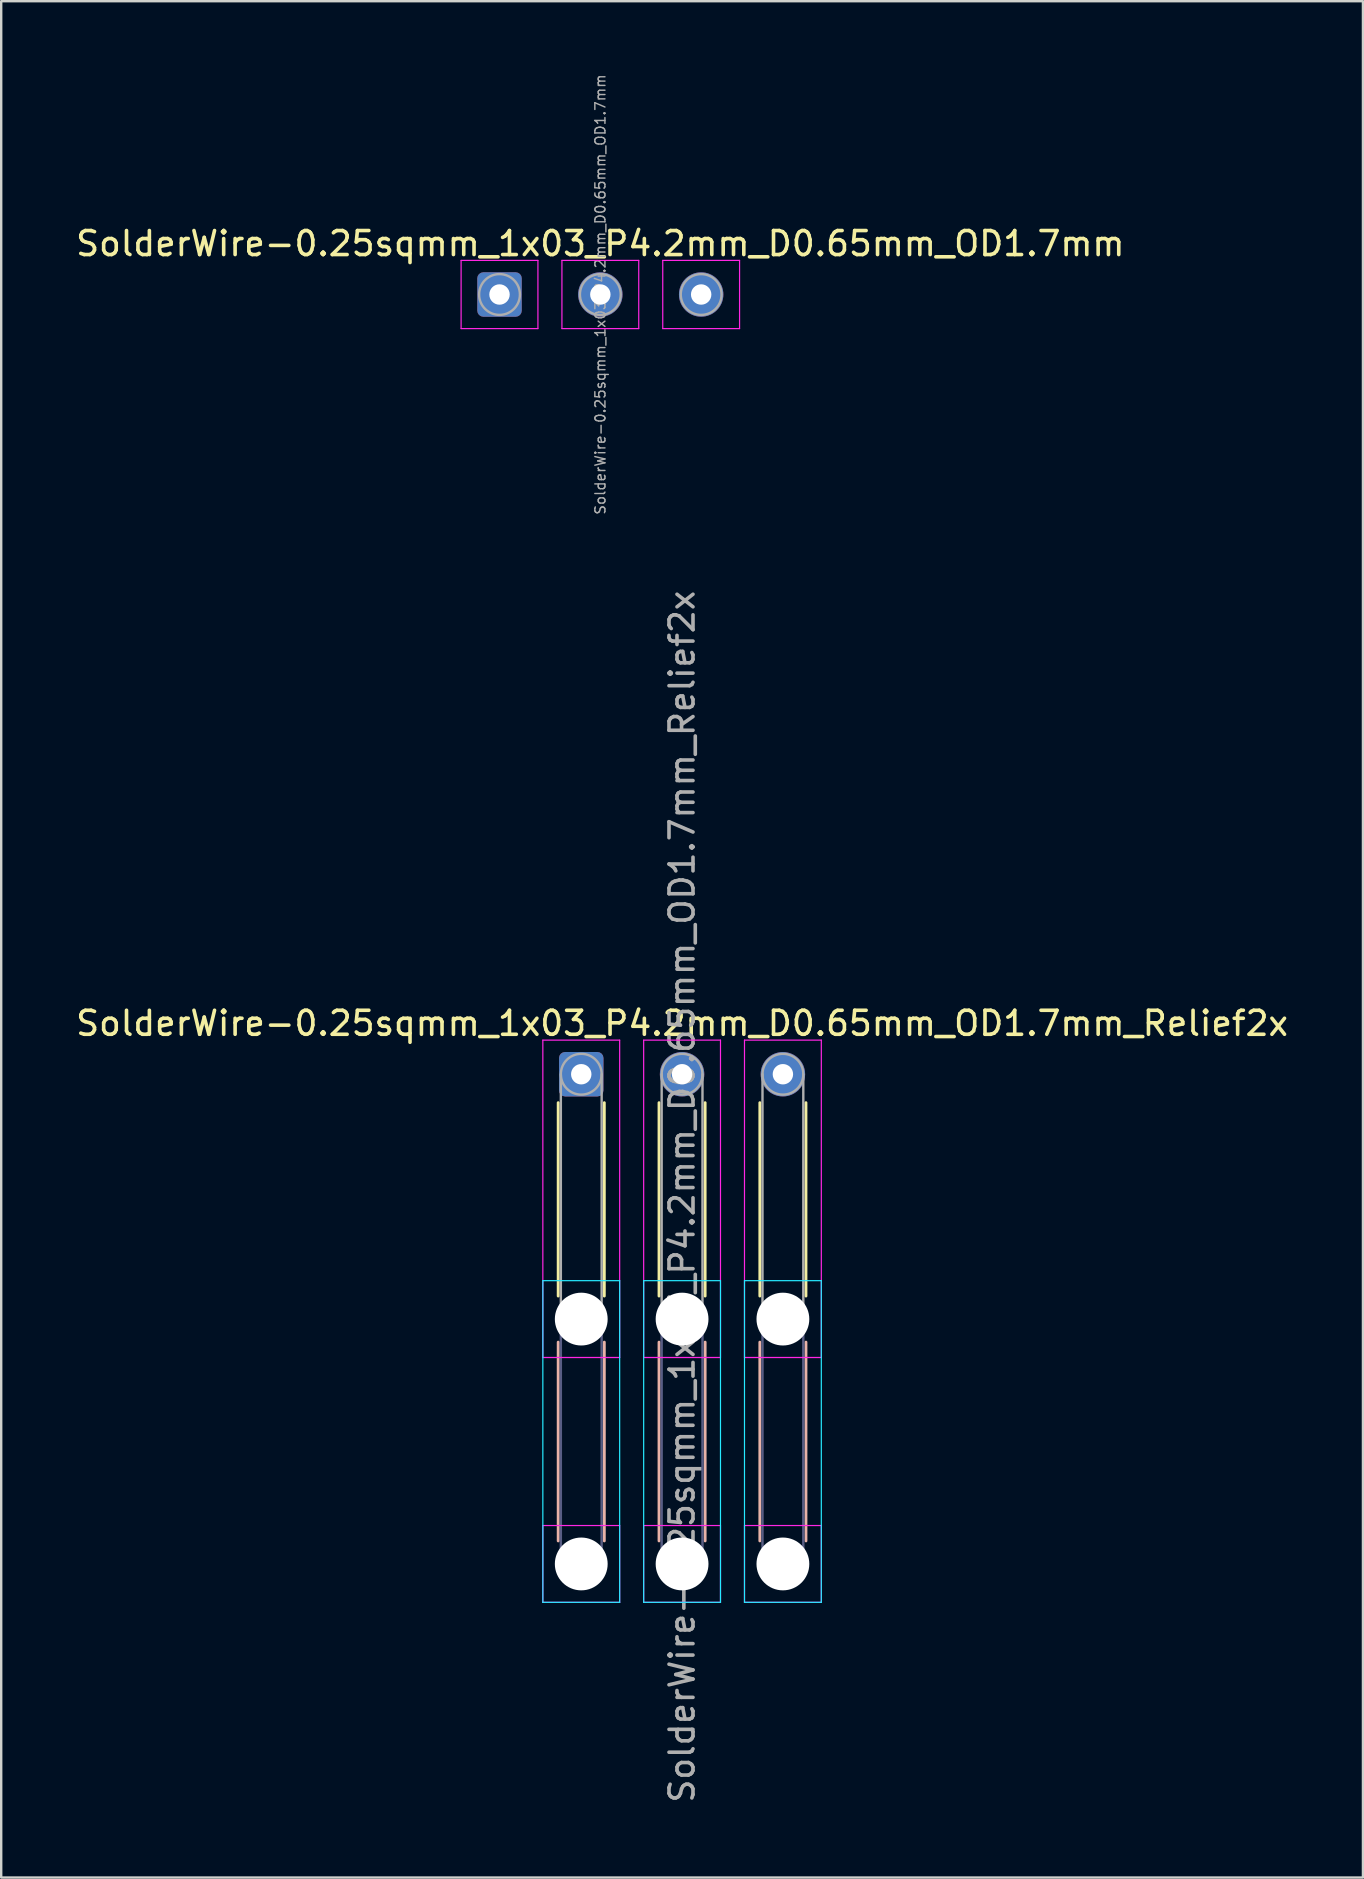
<source format=kicad_pcb>
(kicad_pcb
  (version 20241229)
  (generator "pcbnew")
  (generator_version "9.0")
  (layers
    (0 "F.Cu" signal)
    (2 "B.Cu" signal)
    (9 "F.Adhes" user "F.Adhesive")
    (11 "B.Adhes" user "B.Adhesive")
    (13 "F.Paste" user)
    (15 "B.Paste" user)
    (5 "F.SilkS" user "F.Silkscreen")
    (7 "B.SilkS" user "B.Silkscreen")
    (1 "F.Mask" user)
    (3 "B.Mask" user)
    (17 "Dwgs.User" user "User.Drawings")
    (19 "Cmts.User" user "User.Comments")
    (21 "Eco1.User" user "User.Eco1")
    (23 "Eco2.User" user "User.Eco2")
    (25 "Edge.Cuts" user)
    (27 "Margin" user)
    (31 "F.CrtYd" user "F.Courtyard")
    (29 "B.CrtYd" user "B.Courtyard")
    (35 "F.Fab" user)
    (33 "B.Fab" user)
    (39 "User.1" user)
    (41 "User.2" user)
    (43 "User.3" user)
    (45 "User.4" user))
  (footprint "SolderWire-0.25sqmm_1x03_P4.2mm_D0.65mm_OD1.7mm"
    (layer "F.Cu")
    (at 17.758 9.218)
    (property "Reference" "SolderWire-0.25sqmm_1x03_P4.2mm_D0.65mm_OD1.7mm" (at 4.2 -2.12 0) (layer "F.SilkS") (effects (font (size 1 1) (thickness 0.15))))
    (attr exclude_from_pos_files exclude_from_bom)
    (fp_line (start -1.6 -1.42) (end -1.6 1.42) (stroke (width 0.05) (type solid)) (layer "F.CrtYd"))
    (fp_line (start -1.6 1.42) (end 1.6 1.42) (stroke (width 0.05) (type solid)) (layer "F.CrtYd"))
    (fp_line (start 1.6 -1.42) (end -1.6 -1.42) (stroke (width 0.05) (type solid)) (layer "F.CrtYd"))
    (fp_line (start 1.6 1.42) (end 1.6 -1.42) (stroke (width 0.05) (type solid)) (layer "F.CrtYd"))
    (fp_line (start 2.6 -1.42) (end 2.6 1.42) (stroke (width 0.05) (type solid)) (layer "F.CrtYd"))
    (fp_line (start 2.6 1.42) (end 5.8 1.42) (stroke (width 0.05) (type solid)) (layer "F.CrtYd"))
    (fp_line (start 5.8 -1.42) (end 2.6 -1.42) (stroke (width 0.05) (type solid)) (layer "F.CrtYd"))
    (fp_line (start 5.8 1.42) (end 5.8 -1.42) (stroke (width 0.05) (type solid)) (layer "F.CrtYd"))
    (fp_line (start 6.8 -1.42) (end 6.8 1.42) (stroke (width 0.05) (type solid)) (layer "F.CrtYd"))
    (fp_line (start 6.8 1.42) (end 10 1.42) (stroke (width 0.05) (type solid)) (layer "F.CrtYd"))
    (fp_line (start 10 -1.42) (end 6.8 -1.42) (stroke (width 0.05) (type solid)) (layer "F.CrtYd"))
    (fp_line (start 10 1.42) (end 10 -1.42) (stroke (width 0.05) (type solid)) (layer "F.CrtYd"))
    (fp_circle (center 0 0) (end 0.85 0) (stroke (width 0.1) (type solid)) (fill no) (layer "F.Fab"))
    (fp_circle (center 4.2 0) (end 5.05 0) (stroke (width 0.1) (type solid)) (fill no) (layer "F.Fab"))
    (fp_circle (center 8.4 0) (end 9.25 0) (stroke (width 0.1) (type solid)) (fill no) (layer "F.Fab"))
    (fp_text user "${REFERENCE}" (at 4.2 0 90) (layer "F.Fab") (effects (font (size 0.42 0.42) (thickness 0.06))))
    (pad "1" thru_hole roundrect (at 0 0) (size 1.85 1.85) (drill 0.85) (layers "*.Cu" "*.Mask") (roundrect_rratio 0.135))
    (pad "2" thru_hole circle (at 4.2 0) (size 1.85 1.85) (drill 0.85) (layers "*.Cu" "*.Mask"))
    (pad "3" thru_hole circle (at 8.4 0) (size 1.85 1.85) (drill 0.85) (layers "*.Cu" "*.Mask")))
  (footprint "SolderWire-0.25sqmm_1x03_P4.2mm_D0.65mm_OD1.7mm_Relief2x"
    (layer "F.Cu")
    (at 21.163 41.699)
    (property "Reference" "SolderWire-0.25sqmm_1x03_P4.2mm_D0.65mm_OD1.7mm_Relief2x" (at 4.2 -2.12 0) (layer "F.SilkS") (effects (font (size 1 1) (thickness 0.15))))
    (attr exclude_from_pos_files exclude_from_bom)
    (fp_line (start -0.96 1.185) (end -0.96 9.24) (stroke (width 0.12) (type solid)) (layer "F.SilkS"))
    (fp_line (start 0.96 1.185) (end 0.96 9.24) (stroke (width 0.12) (type solid)) (layer "F.SilkS"))
    (fp_line (start 3.24 1.185) (end 3.24 9.24) (stroke (width 0.12) (type solid)) (layer "F.SilkS"))
    (fp_line (start 5.16 1.185) (end 5.16 9.24) (stroke (width 0.12) (type solid)) (layer "F.SilkS"))
    (fp_line (start 7.44 1.185) (end 7.44 9.24) (stroke (width 0.12) (type solid)) (layer "F.SilkS"))
    (fp_line (start 9.36 1.185) (end 9.36 9.24) (stroke (width 0.12) (type solid)) (layer "F.SilkS"))
    (fp_line (start -0.96 11.16) (end -0.96 19.44) (stroke (width 0.12) (type solid)) (layer "B.SilkS"))
    (fp_line (start 0.96 11.16) (end 0.96 19.44) (stroke (width 0.12) (type solid)) (layer "B.SilkS"))
    (fp_line (start 3.24 11.16) (end 3.24 19.44) (stroke (width 0.12) (type solid)) (layer "B.SilkS"))
    (fp_line (start 5.16 11.16) (end 5.16 19.44) (stroke (width 0.12) (type solid)) (layer "B.SilkS"))
    (fp_line (start 7.44 11.16) (end 7.44 19.44) (stroke (width 0.12) (type solid)) (layer "B.SilkS"))
    (fp_line (start 9.36 11.16) (end 9.36 19.44) (stroke (width 0.12) (type solid)) (layer "B.SilkS"))
    (fp_line (start -1.6 8.6) (end -1.6 22) (stroke (width 0.05) (type solid)) (layer "B.CrtYd"))
    (fp_line (start -1.6 22) (end 1.6 22) (stroke (width 0.05) (type solid)) (layer "B.CrtYd"))
    (fp_line (start 1.6 8.6) (end -1.6 8.6) (stroke (width 0.05) (type solid)) (layer "B.CrtYd"))
    (fp_line (start 1.6 22) (end 1.6 8.6) (stroke (width 0.05) (type solid)) (layer "B.CrtYd"))
    (fp_line (start 2.6 8.6) (end 2.6 22) (stroke (width 0.05) (type solid)) (layer "B.CrtYd"))
    (fp_line (start 2.6 22) (end 5.8 22) (stroke (width 0.05) (type solid)) (layer "B.CrtYd"))
    (fp_line (start 5.8 8.6) (end 2.6 8.6) (stroke (width 0.05) (type solid)) (layer "B.CrtYd"))
    (fp_line (start 5.8 22) (end 5.8 8.6) (stroke (width 0.05) (type solid)) (layer "B.CrtYd"))
    (fp_line (start 6.8 8.6) (end 6.8 22) (stroke (width 0.05) (type solid)) (layer "B.CrtYd"))
    (fp_line (start 6.8 22) (end 10 22) (stroke (width 0.05) (type solid)) (layer "B.CrtYd"))
    (fp_line (start 10 8.6) (end 6.8 8.6) (stroke (width 0.05) (type solid)) (layer "B.CrtYd"))
    (fp_line (start 10 22) (end 10 8.6) (stroke (width 0.05) (type solid)) (layer "B.CrtYd"))
    (fp_line (start -1.6 -1.42) (end -1.6 11.8) (stroke (width 0.05) (type solid)) (layer "F.CrtYd"))
    (fp_line (start -1.6 11.8) (end 1.6 11.8) (stroke (width 0.05) (type solid)) (layer "F.CrtYd"))
    (fp_line (start -1.6 18.8) (end -1.6 22) (stroke (width 0.05) (type solid)) (layer "F.CrtYd"))
    (fp_line (start -1.6 22) (end 1.6 22) (stroke (width 0.05) (type solid)) (layer "F.CrtYd"))
    (fp_line (start 1.6 -1.42) (end -1.6 -1.42) (stroke (width 0.05) (type solid)) (layer "F.CrtYd"))
    (fp_line (start 1.6 11.8) (end 1.6 -1.42) (stroke (width 0.05) (type solid)) (layer "F.CrtYd"))
    (fp_line (start 1.6 18.8) (end -1.6 18.8) (stroke (width 0.05) (type solid)) (layer "F.CrtYd"))
    (fp_line (start 1.6 22) (end 1.6 18.8) (stroke (width 0.05) (type solid)) (layer "F.CrtYd"))
    (fp_line (start 2.6 -1.42) (end 2.6 11.8) (stroke (width 0.05) (type solid)) (layer "F.CrtYd"))
    (fp_line (start 2.6 11.8) (end 5.8 11.8) (stroke (width 0.05) (type solid)) (layer "F.CrtYd"))
    (fp_line (start 2.6 18.8) (end 2.6 22) (stroke (width 0.05) (type solid)) (layer "F.CrtYd"))
    (fp_line (start 2.6 22) (end 5.8 22) (stroke (width 0.05) (type solid)) (layer "F.CrtYd"))
    (fp_line (start 5.8 -1.42) (end 2.6 -1.42) (stroke (width 0.05) (type solid)) (layer "F.CrtYd"))
    (fp_line (start 5.8 11.8) (end 5.8 -1.42) (stroke (width 0.05) (type solid)) (layer "F.CrtYd"))
    (fp_line (start 5.8 18.8) (end 2.6 18.8) (stroke (width 0.05) (type solid)) (layer "F.CrtYd"))
    (fp_line (start 5.8 22) (end 5.8 18.8) (stroke (width 0.05) (type solid)) (layer "F.CrtYd"))
    (fp_line (start 6.8 -1.42) (end 6.8 11.8) (stroke (width 0.05) (type solid)) (layer "F.CrtYd"))
    (fp_line (start 6.8 11.8) (end 10 11.8) (stroke (width 0.05) (type solid)) (layer "F.CrtYd"))
    (fp_line (start 6.8 18.8) (end 6.8 22) (stroke (width 0.05) (type solid)) (layer "F.CrtYd"))
    (fp_line (start 6.8 22) (end 10 22) (stroke (width 0.05) (type solid)) (layer "F.CrtYd"))
    (fp_line (start 10 -1.42) (end 6.8 -1.42) (stroke (width 0.05) (type solid)) (layer "F.CrtYd"))
    (fp_line (start 10 11.8) (end 10 -1.42) (stroke (width 0.05) (type solid)) (layer "F.CrtYd"))
    (fp_line (start 10 18.8) (end 6.8 18.8) (stroke (width 0.05) (type solid)) (layer "F.CrtYd"))
    (fp_line (start 10 22) (end 10 18.8) (stroke (width 0.05) (type solid)) (layer "F.CrtYd"))
    (fp_line (start -0.85 10.2) (end -0.85 20.4) (stroke (width 0.1) (type solid)) (layer "B.Fab"))
    (fp_line (start 0.85 10.2) (end 0.85 20.4) (stroke (width 0.1) (type solid)) (layer "B.Fab"))
    (fp_line (start 3.35 10.2) (end 3.35 20.4) (stroke (width 0.1) (type solid)) (layer "B.Fab"))
    (fp_line (start 5.05 10.2) (end 5.05 20.4) (stroke (width 0.1) (type solid)) (layer "B.Fab"))
    (fp_line (start 7.55 10.2) (end 7.55 20.4) (stroke (width 0.1) (type solid)) (layer "B.Fab"))
    (fp_line (start 9.25 10.2) (end 9.25 20.4) (stroke (width 0.1) (type solid)) (layer "B.Fab"))
    (fp_circle (center 0 10.2) (end 0.85 10.2) (stroke (width 0.1) (type solid)) (fill no) (layer "B.Fab"))
    (fp_circle (center 0 20.4) (end 0.85 20.4) (stroke (width 0.1) (type solid)) (fill no) (layer "B.Fab"))
    (fp_circle (center 4.2 10.2) (end 5.05 10.2) (stroke (width 0.1) (type solid)) (fill no) (layer "B.Fab"))
    (fp_circle (center 4.2 20.4) (end 5.05 20.4) (stroke (width 0.1) (type solid)) (fill no) (layer "B.Fab"))
    (fp_circle (center 8.4 10.2) (end 9.25 10.2) (stroke (width 0.1) (type solid)) (fill no) (layer "B.Fab"))
    (fp_circle (center 8.4 20.4) (end 9.25 20.4) (stroke (width 0.1) (type solid)) (fill no) (layer "B.Fab"))
    (fp_line (start -0.85 0) (end -0.85 10.2) (stroke (width 0.1) (type solid)) (layer "F.Fab"))
    (fp_line (start 0.85 0) (end 0.85 10.2) (stroke (width 0.1) (type solid)) (layer "F.Fab"))
    (fp_line (start 3.35 0) (end 3.35 10.2) (stroke (width 0.1) (type solid)) (layer "F.Fab"))
    (fp_line (start 5.05 0) (end 5.05 10.2) (stroke (width 0.1) (type solid)) (layer "F.Fab"))
    (fp_line (start 7.55 0) (end 7.55 10.2) (stroke (width 0.1) (type solid)) (layer "F.Fab"))
    (fp_line (start 9.25 0) (end 9.25 10.2) (stroke (width 0.1) (type solid)) (layer "F.Fab"))
    (fp_circle (center 0 0) (end 0.85 0) (stroke (width 0.1) (type solid)) (fill no) (layer "F.Fab"))
    (fp_circle (center 0 10.2) (end 0.85 10.2) (stroke (width 0.1) (type solid)) (fill no) (layer "F.Fab"))
    (fp_circle (center 0 20.4) (end 0.85 20.4) (stroke (width 0.1) (type solid)) (fill no) (layer "F.Fab"))
    (fp_circle (center 4.2 0) (end 5.05 0) (stroke (width 0.1) (type solid)) (fill no) (layer "F.Fab"))
    (fp_circle (center 4.2 10.2) (end 5.05 10.2) (stroke (width 0.1) (type solid)) (fill no) (layer "F.Fab"))
    (fp_circle (center 4.2 20.4) (end 5.05 20.4) (stroke (width 0.1) (type solid)) (fill no) (layer "F.Fab"))
    (fp_circle (center 8.4 0) (end 9.25 0) (stroke (width 0.1) (type solid)) (fill no) (layer "F.Fab"))
    (fp_circle (center 8.4 10.2) (end 9.25 10.2) (stroke (width 0.1) (type solid)) (fill no) (layer "F.Fab"))
    (fp_circle (center 8.4 20.4) (end 9.25 20.4) (stroke (width 0.1) (type solid)) (fill no) (layer "F.Fab"))
    (fp_text user "${REFERENCE}" (at 4.2 5.1 90) (layer "F.Fab") (effects (font (size 1 1) (thickness 0.15))))
    (pad "" np_thru_hole circle (at 0 10.2) (size 2.2 2.2) (drill 2.2) (layers "*.Cu" "*.Mask"))
    (pad "" np_thru_hole circle (at 0 20.4) (size 2.2 2.2) (drill 2.2) (layers "*.Cu" "*.Mask"))
    (pad "" np_thru_hole circle (at 4.2 10.2) (size 2.2 2.2) (drill 2.2) (layers "*.Cu" "*.Mask"))
    (pad "" np_thru_hole circle (at 4.2 20.4) (size 2.2 2.2) (drill 2.2) (layers "*.Cu" "*.Mask"))
    (pad "" np_thru_hole circle (at 8.4 10.2) (size 2.2 2.2) (drill 2.2) (layers "*.Cu" "*.Mask"))
    (pad "" np_thru_hole circle (at 8.4 20.4) (size 2.2 2.2) (drill 2.2) (layers "*.Cu" "*.Mask"))
    (pad "1" thru_hole roundrect (at 0 0) (size 1.85 1.85) (drill 0.85) (layers "*.Cu" "*.Mask") (roundrect_rratio 0.135))
    (pad "2" thru_hole circle (at 4.2 0) (size 1.85 1.85) (drill 0.85) (layers "*.Cu" "*.Mask"))
    (pad "3" thru_hole circle (at 8.4 0) (size 1.85 1.85) (drill 0.85) (layers "*.Cu" "*.Mask")))
  (gr_rect
    (start -3 -3)
    (end 53.726 75.162)
    (stroke (width 0.1) (type default))
    (fill no)
    (layer "Edge.Cuts")))
</source>
